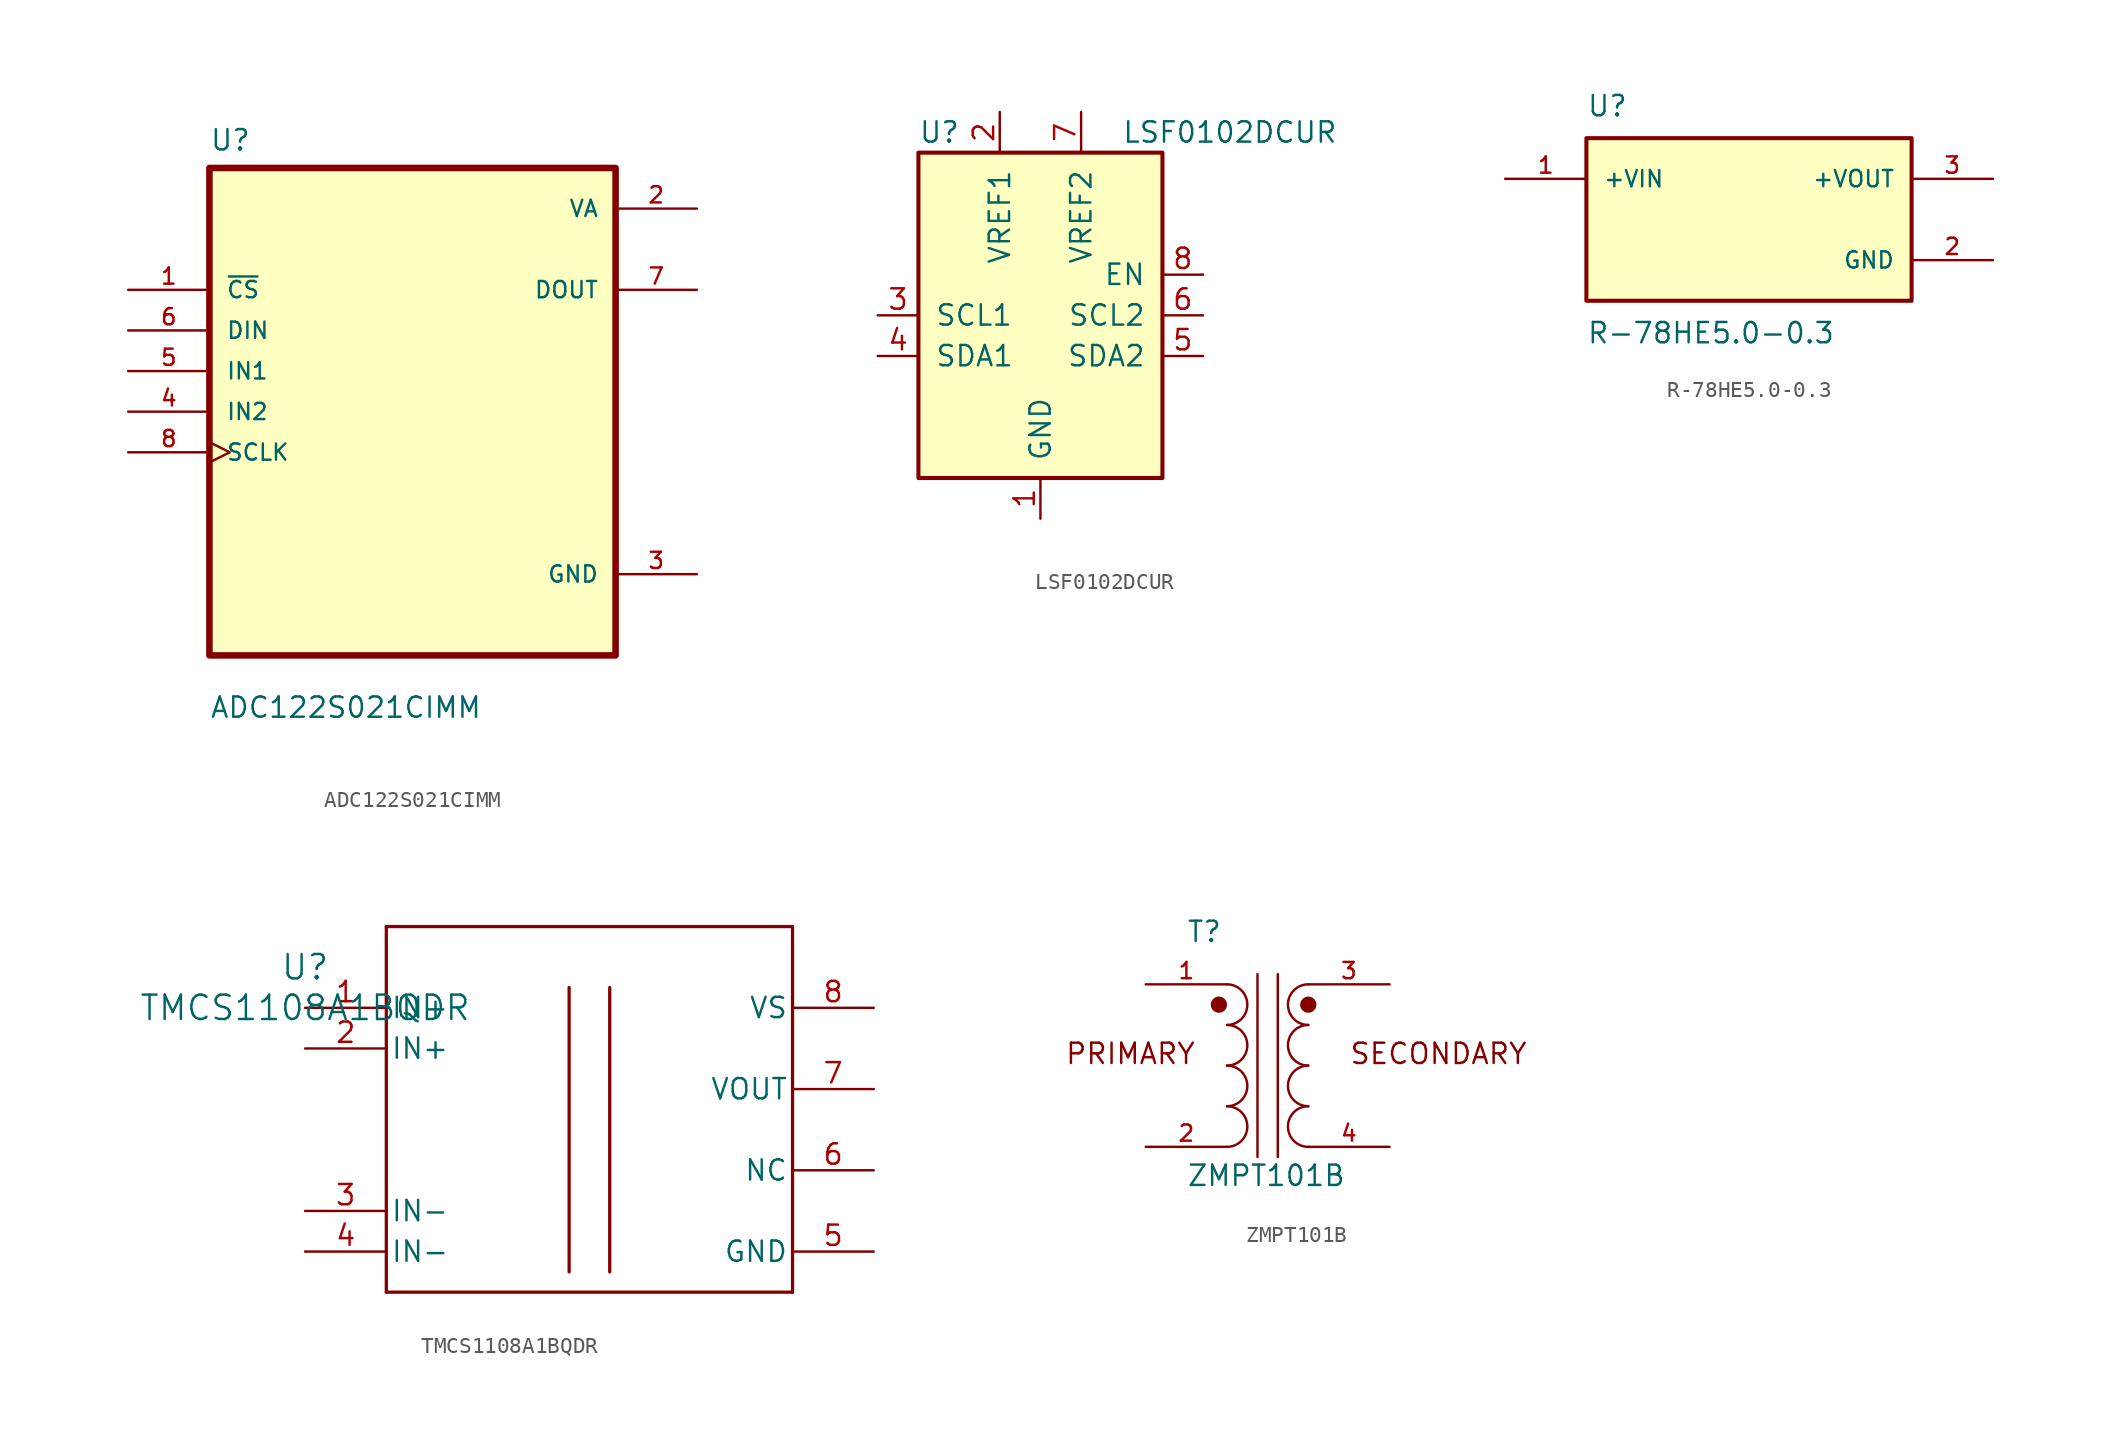
<source format=kicad_sym>
(kicad_symbol_lib
  (version 20231120)
  (generator "kicad_symbol_editor")
  (generator_version "8.0")
  (symbol "ADC122S021CIMM"
    (pin_names
      (offset 1.016))
    (property "Reference" "U"
      (at -12.7 16.24 0)
      (effects (font (size 1.27 1.27)) (justify left bottom)))
    (property "Value" "ADC122S021CIMM"
      (at -12.7 -19.24 0)
      (effects (font (size 1.27 1.27)) (justify left bottom)))
    (symbol "ADC122S021CIMM_0_0"
      (rectangle (start -12.7 -15.24) (end 12.7 15.24) (stroke (width 0.41) (type default)) (fill (type background)))
      (pin input line (at -17.78 7.62 0) (length 5.08) (name "~{CS}" (effects (font (size 1.016 1.016)))) (number "1" (effects (font (size 1.016 1.016)))))
      (pin power_in line (at 17.78 12.7 180) (length 5.08) (name "VA" (effects (font (size 1.016 1.016)))) (number "2" (effects (font (size 1.016 1.016)))))
      (pin power_in line (at 17.78 -10.16 180) (length 5.08) (name "GND" (effects (font (size 1.016 1.016)))) (number "3" (effects (font (size 1.016 1.016)))))
      (pin input line (at -17.78 0 0) (length 5.08) (name "IN2" (effects (font (size 1.016 1.016)))) (number "4" (effects (font (size 1.016 1.016)))))
      (pin input line (at -17.78 2.54 0) (length 5.08) (name "IN1" (effects (font (size 1.016 1.016)))) (number "5" (effects (font (size 1.016 1.016)))))
      (pin input line (at -17.78 5.08 0) (length 5.08) (name "DIN" (effects (font (size 1.016 1.016)))) (number "6" (effects (font (size 1.016 1.016)))))
      (pin output line (at 17.78 7.62 180) (length 5.08) (name "DOUT" (effects (font (size 1.016 1.016)))) (number "7" (effects (font (size 1.016 1.016)))))
      (pin input clock (at -17.78 -2.54 0) (length 5.08) (name "SCLK" (effects (font (size 1.016 1.016)))) (number "8" (effects (font (size 1.016 1.016)))))))
  (symbol "LSF0102DCUR"
    (pin_names
      (offset 1.016))
    (property "Reference" "U"
      (at -7.62 11.43 0)
      (effects (font (size 1.27 1.27)) (justify left)))
    (property "Value" "LSF0102DCUR"
      (at 5.08 11.43 0)
      (effects (font (size 1.27 1.27)) (justify left)))
    (symbol "LSF0102DCUR_0_1"
      (rectangle (start -7.62 10.16) (end 7.62 -10.16) (stroke (width 0.254) (type default)) (fill (type background))))
    (symbol "LSF0102DCUR_1_1"
      (pin power_in line (at 0 -12.7 90) (length 2.54) (name "GND" (effects (font (size 1.27 1.27)))) (number "1" (effects (font (size 1.27 1.27)))))
      (pin power_in line (at -2.54 12.7 270) (length 2.54) (name "VREF1" (effects (font (size 1.27 1.27)))) (number "2" (effects (font (size 1.27 1.27)))))
      (pin bidirectional line (at -10.16 0 0) (length 2.54) (name "SCL1" (effects (font (size 1.27 1.27)))) (number "3" (effects (font (size 1.27 1.27)))))
      (pin bidirectional line (at -10.16 -2.54 0) (length 2.54) (name "SDA1" (effects (font (size 1.27 1.27)))) (number "4" (effects (font (size 1.27 1.27)))))
      (pin bidirectional line (at 10.16 -2.54 180) (length 2.54) (name "SDA2" (effects (font (size 1.27 1.27)))) (number "5" (effects (font (size 1.27 1.27)))))
      (pin bidirectional line (at 10.16 0 180) (length 2.54) (name "SCL2" (effects (font (size 1.27 1.27)))) (number "6" (effects (font (size 1.27 1.27)))))
      (pin power_in line (at 2.54 12.7 270) (length 2.54) (name "VREF2" (effects (font (size 1.27 1.27)))) (number "7" (effects (font (size 1.27 1.27)))))
      (pin input line (at 10.16 2.54 180) (length 2.54) (name "EN" (effects (font (size 1.27 1.27)))) (number "8" (effects (font (size 1.27 1.27)))))))
  (symbol "R-78HE5.0-0.3"
    (pin_names
      (offset 1.016))
    (property "Reference" "U"
      (at -10.16 6.35 0)
      (effects (font (size 1.27 1.27)) (justify left bottom)))
    (property "Value" "R-78HE5.0-0.3"
      (at -10.16 -6.35 0)
      (effects (font (size 1.27 1.27)) (justify left top)))
    (symbol "R-78HE5.0-0.3_0_0"
      (rectangle (start -10.16 -5.08) (end 10.16 5.08) (stroke (width 0.254) (type default)) (fill (type background)))
      (pin input line (at -15.24 2.54 0) (length 5.08) (name "+VIN" (effects (font (size 1.016 1.016)))) (number "1" (effects (font (size 1.016 1.016)))))
      (pin power_in line (at 15.24 -2.54 180) (length 5.08) (name "GND" (effects (font (size 1.016 1.016)))) (number "2" (effects (font (size 1.016 1.016)))))
      (pin output line (at 15.24 2.54 180) (length 5.08) (name "+VOUT" (effects (font (size 1.016 1.016)))) (number "3" (effects (font (size 1.016 1.016)))))))
  (symbol "TMCS1108A1BQDR"
    (pin_names
      (offset 0.254))
    (property "Reference" "U"
      (at 0 2.54 0)
      (effects (font (size 1.524 1.524))))
    (property "Value" "TMCS1108A1BQDR"
      (at 0 0 0)
      (effects (font (size 1.524 1.524))))
    (property "ki_locked" ""
      (at 0 0 0)
      (effects (font (size 1.27 1.27))))
    (symbol "TMCS1108A1BQDR_0_1"
      (polyline (pts (xy 5.08 -17.78) (xy 30.48 -17.78)) (stroke (width 0.203) (type default)) (fill (type none)))
      (polyline (pts (xy 5.08 5.08) (xy 5.08 -17.78)) (stroke (width 0.203) (type default)) (fill (type none)))
      (polyline (pts (xy 16.51 1.27) (xy 16.51 -16.51)) (stroke (width 0.203) (type default)) (fill (type none)))
      (polyline (pts (xy 19.05 1.27) (xy 19.05 -16.51)) (stroke (width 0.203) (type default)) (fill (type none)))
      (polyline (pts (xy 30.48 -17.78) (xy 30.48 5.08)) (stroke (width 0.203) (type default)) (fill (type none)))
      (polyline (pts (xy 30.48 5.08) (xy 5.08 5.08)) (stroke (width 0.203) (type default)) (fill (type none)))
      (pin unspecified line (at 0 0 0) (length 5.08) (name "IN+" (effects (font (size 1.27 1.27)))) (number "1" (effects (font (size 1.27 1.27)))))
      (pin unspecified line (at 0 -2.54 0) (length 5.08) (name "IN+" (effects (font (size 1.27 1.27)))) (number "2" (effects (font (size 1.27 1.27)))))
      (pin unspecified line (at 0 -12.7 0) (length 5.08) (name "IN-" (effects (font (size 1.27 1.27)))) (number "3" (effects (font (size 1.27 1.27)))))
      (pin unspecified line (at 0 -15.24 0) (length 5.08) (name "IN-" (effects (font (size 1.27 1.27)))) (number "4" (effects (font (size 1.27 1.27)))))
      (pin power_in line (at 35.56 -15.24 180) (length 5.08) (name "GND" (effects (font (size 1.27 1.27)))) (number "5" (effects (font (size 1.27 1.27)))))
      (pin unspecified line (at 35.56 -10.16 180) (length 5.08) (name "NC" (effects (font (size 1.27 1.27)))) (number "6" (effects (font (size 1.27 1.27)))))
      (pin unspecified line (at 35.56 -5.08 180) (length 5.08) (name "VOUT" (effects (font (size 1.27 1.27)))) (number "7" (effects (font (size 1.27 1.27)))))
      (pin power_in line (at 35.56 0 180) (length 5.08) (name "VS" (effects (font (size 1.27 1.27)))) (number "8" (effects (font (size 1.27 1.27)))))))
  (symbol "ZMPT101B"
    (pin_names
      (offset 1.016))
    (property "Reference" "T"
      (at -5.084 7.628 0)
      (effects (font (size 1.27 1.27)) (justify left bottom)))
    (property "Value" "ZMPT101B"
      (at -5.081 -7.623 0)
      (effects (font (size 1.27 1.27)) (justify left bottom)))
    (symbol "ZMPT101B_0_0"
      (circle (center -3.048 3.81) (radius 0.254) (stroke (width 0.508) (type default)) (fill (type none)))
      (arc (start -2.54 -5.08) (mid -1.2755 -3.81) (end -2.54 -2.54) (stroke (width 0.1524) (type default)) (fill (type none)))
      (arc (start -2.54 -2.54) (mid -1.2755 -1.27) (end -2.54 0) (stroke (width 0.1524) (type default)) (fill (type none)))
      (arc (start -2.54 0) (mid -1.2755 1.27) (end -2.54 2.54) (stroke (width 0.1524) (type default)) (fill (type none)))
      (arc (start -2.54 2.54) (mid -1.2755 3.81) (end -2.54 5.08) (stroke (width 0.1524) (type default)) (fill (type none)))
      (polyline (pts (xy -0.635 5.715) (xy -0.635 -5.715)) (stroke (width 0.152) (type default)) (fill (type none)))
      (polyline (pts (xy 0.635 5.715) (xy 0.635 -5.715)) (stroke (width 0.152) (type default)) (fill (type none)))
      (arc (start 2.54 -2.54) (mid 1.2755 -3.81) (end 2.54 -5.08) (stroke (width 0.1524) (type default)) (fill (type none)))
      (arc (start 2.54 0) (mid 1.2755 -1.27) (end 2.54 -2.54) (stroke (width 0.1524) (type default)) (fill (type none)))
      (arc (start 2.54 2.54) (mid 1.2755 1.27) (end 2.54 0) (stroke (width 0.1524) (type default)) (fill (type none)))
      (circle (center 2.54 3.81) (radius 0.254) (stroke (width 0.508) (type default)) (fill (type none)))
      (arc (start 2.54 5.08) (mid 1.2755 3.81) (end 2.54 2.54) (stroke (width 0.1524) (type default)) (fill (type none)))
      (text "PRIMARY" (at -12.7 0 0) (effects (font (size 1.27 1.27)) (justify left bottom)))
      (text "SECONDARY" (at 5.08 0 0) (effects (font (size 1.27 1.27)) (justify left bottom)))
      (pin passive line (at -7.62 5.08 0) (length 5.08) (name "~" (effects (font (size 1.016 1.016)))) (number "1" (effects (font (size 1.016 1.016)))))
      (pin passive line (at -7.62 -5.08 0) (length 5.08) (name "~" (effects (font (size 1.016 1.016)))) (number "2" (effects (font (size 1.016 1.016)))))
      (pin passive line (at 7.62 5.08 180) (length 5.08) (name "~" (effects (font (size 1.016 1.016)))) (number "3" (effects (font (size 1.016 1.016)))))
      (pin passive line (at 7.62 -5.08 180) (length 5.08) (name "~" (effects (font (size 1.016 1.016)))) (number "4" (effects (font (size 1.016 1.016))))))))
</source>
